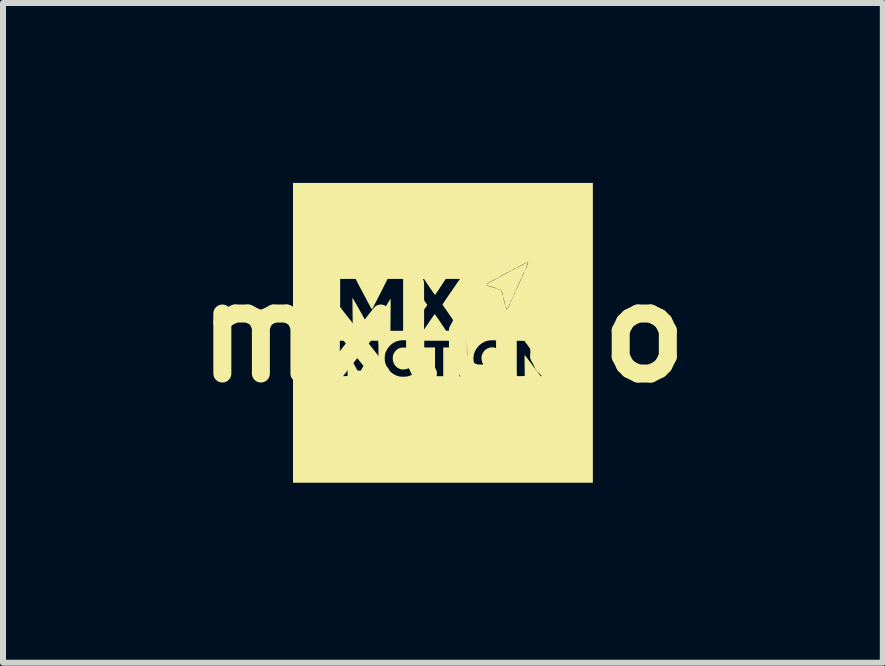
<source format=kicad_pcb>
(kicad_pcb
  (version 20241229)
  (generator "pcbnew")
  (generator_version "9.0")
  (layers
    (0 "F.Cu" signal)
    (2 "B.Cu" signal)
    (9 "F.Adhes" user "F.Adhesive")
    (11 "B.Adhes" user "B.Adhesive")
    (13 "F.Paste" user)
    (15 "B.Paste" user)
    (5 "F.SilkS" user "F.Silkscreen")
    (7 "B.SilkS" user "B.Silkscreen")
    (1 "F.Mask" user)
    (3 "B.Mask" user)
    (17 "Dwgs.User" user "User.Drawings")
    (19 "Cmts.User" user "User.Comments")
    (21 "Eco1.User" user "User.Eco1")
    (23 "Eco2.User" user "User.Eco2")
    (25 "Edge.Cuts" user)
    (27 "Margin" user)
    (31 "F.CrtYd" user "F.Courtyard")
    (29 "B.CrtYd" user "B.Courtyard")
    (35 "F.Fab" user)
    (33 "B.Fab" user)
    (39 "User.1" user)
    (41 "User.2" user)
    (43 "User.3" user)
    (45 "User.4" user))
  (footprint "mxlogo"
    (layer "F.Cu")
    (at 4.336 2.5)
    (property "Reference" "mxlogo" (at 0 0 0) (layer "F.SilkS") (effects (font (size 1.5 1.5) (thickness 0.3))))
    (attr board_only exclude_from_pos_files exclude_from_bom)
    (fp_poly (pts (xy 0.851 0.244) (xy 0.891 0.256) (xy 0.926 0.275) (xy 0.955 0.301) (xy 0.977 0.333) (xy 0.992 0.37) (xy 0.999 0.411) (xy 0.998 0.454) (xy 0.997 0.458) (xy 0.986 0.5) (xy 0.968 0.536) (xy 0.944 0.566) (xy 0.912 0.588) (xy 0.901 0.594) (xy 0.872 0.605) (xy 0.844 0.611) (xy 0.813 0.611) (xy 0.803 0.61) (xy 0.762 0.602) (xy 0.727 0.585) (xy 0.697 0.561) (xy 0.673 0.53) (xy 0.655 0.492) (xy 0.645 0.448) (xy 0.645 0.448) (xy 0.643 0.408) (xy 0.65 0.37) (xy 0.665 0.335) (xy 0.686 0.304) (xy 0.713 0.279) (xy 0.744 0.259) (xy 0.779 0.246) (xy 0.817 0.241)) (stroke (width 0) (type solid)) (fill yes) (layer "F.SilkS"))
    (fp_poly (pts (xy -0.625 0.246) (xy -0.609 0.249) (xy -0.595 0.254) (xy -0.563 0.27) (xy -0.534 0.295) (xy -0.509 0.325) (xy -0.497 0.346) (xy -0.49 0.361) (xy -0.485 0.374) (xy -0.482 0.387) (xy -0.481 0.403) (xy -0.481 0.426) (xy -0.481 0.43) (xy -0.481 0.454) (xy -0.482 0.472) (xy -0.485 0.485) (xy -0.489 0.498) (xy -0.494 0.508) (xy -0.516 0.544) (xy -0.544 0.573) (xy -0.578 0.594) (xy -0.617 0.606) (xy -0.646 0.61) (xy -0.671 0.611) (xy -0.692 0.61) (xy -0.711 0.605) (xy -0.712 0.604) (xy -0.75 0.588) (xy -0.781 0.564) (xy -0.806 0.533) (xy -0.824 0.497) (xy -0.835 0.457) (xy -0.837 0.425) (xy -0.834 0.386) (xy -0.825 0.353) (xy -0.808 0.323) (xy -0.791 0.301) (xy -0.764 0.276) (xy -0.737 0.26) (xy -0.705 0.25) (xy -0.667 0.245) (xy -0.667 0.245) (xy -0.643 0.245)) (stroke (width 0) (type solid)) (fill yes) (layer "F.SilkS"))
    (fp_poly (pts (xy 2.5 0) (xy 2.5 2.5) (xy 0 2.5) (xy -2.5 2.5) (xy -2.5 0.427) (xy -1.719 0.427) (xy -1.719 0.723) (xy -1.654 0.722) (xy -1.59 0.72) (xy -1.591 0.523) (xy -1.592 0.325) (xy -1.508 0.477) (xy -1.424 0.63) (xy -1.396 0.63) (xy -1.369 0.63) (xy -1.287 0.486) (xy -1.204 0.341) (xy -1.201 0.531) (xy -1.199 0.72) (xy -1.138 0.72) (xy -1.077 0.72) (xy -1.075 0.471) (xy -1.075 0.421) (xy -1.075 0.416) (xy -0.971 0.416) (xy -0.97 0.451) (xy -0.966 0.485) (xy -0.959 0.513) (xy -0.94 0.563) (xy -0.912 0.608) (xy -0.877 0.647) (xy -0.836 0.68) (xy -0.79 0.706) (xy -0.74 0.724) (xy -0.733 0.726) (xy -0.705 0.73) (xy -0.672 0.732) (xy -0.638 0.731) (xy -0.606 0.729) (xy -0.587 0.726) (xy -0.568 0.72) (xy -0.544 0.712) (xy -0.52 0.701) (xy -0.513 0.698) (xy -0.469 0.671) (xy -0.43 0.637) (xy -0.398 0.598) (xy -0.373 0.554) (xy -0.355 0.507) (xy -0.345 0.458) (xy -0.344 0.408) (xy -0.349 0.374) (xy -0.364 0.323) (xy -0.387 0.275) (xy -0.417 0.233) (xy -0.453 0.196) (xy -0.464 0.188) (xy -0.313 0.188) (xy -0.313 0.244) (xy -0.222 0.244) (xy -0.132 0.244) (xy -0.132 0.483) (xy -0.132 0.723) (xy -0.063 0.723) (xy 0.005 0.723) (xy 0.005 0.483) (xy 0.005 0.244) (xy 0.088 0.244) (xy 0.171 0.244) (xy 0.171 0.188) (xy 0.171 0.132) (xy 0.267 0.132) (xy 0.27 0.147) (xy 0.271 0.155) (xy 0.272 0.171) (xy 0.272 0.196) (xy 0.272 0.227) (xy 0.273 0.264) (xy 0.273 0.307) (xy 0.273 0.354) (xy 0.273 0.404) (xy 0.273 0.443) (xy 0.273 0.723) (xy 0.339 0.723) (xy 0.405 0.723) (xy 0.405 0.531) (xy 0.405 0.483) (xy 0.405 0.434) (xy 0.405 0.41) (xy 0.509 0.41) (xy 0.51 0.46) (xy 0.52 0.51) (xy 0.539 0.558) (xy 0.567 0.604) (xy 0.572 0.611) (xy 0.61 0.652) (xy 0.652 0.684) (xy 0.7 0.709) (xy 0.751 0.725) (xy 0.804 0.732) (xy 0.859 0.73) (xy 0.891 0.725) (xy 0.943 0.71) (xy 0.99 0.686) (xy 1.032 0.656) (xy 1.068 0.619) (xy 1.097 0.577) (xy 1.119 0.531) (xy 1.133 0.481) (xy 1.138 0.429) (xy 1.138 0.427) (xy 1.138 0.424) (xy 1.231 0.424) (xy 1.231 0.476) (xy 1.231 0.526) (xy 1.231 0.572) (xy 1.231 0.613) (xy 1.232 0.649) (xy 1.232 0.678) (xy 1.233 0.7) (xy 1.233 0.715) (xy 1.234 0.72) (xy 1.24 0.721) (xy 1.254 0.722) (xy 1.273 0.722) (xy 1.297 0.722) (xy 1.301 0.722) (xy 1.364 0.72) (xy 1.363 0.588) (xy 1.362 0.551) (xy 1.362 0.514) (xy 1.361 0.479) (xy 1.361 0.449) (xy 1.361 0.425) (xy 1.361 0.412) (xy 1.361 0.389) (xy 1.362 0.375) (xy 1.364 0.371) (xy 1.365 0.371) (xy 1.369 0.376) (xy 1.378 0.388) (xy 1.392 0.406) (xy 1.409 0.429) (xy 1.43 0.457) (xy 1.454 0.488) (xy 1.48 0.523) (xy 1.499 0.549) (xy 1.629 0.722) (xy 1.691 0.723) (xy 1.753 0.723) (xy 1.753 0.482) (xy 1.753 0.432) (xy 1.753 0.384) (xy 1.753 0.338) (xy 1.752 0.295) (xy 1.752 0.257) (xy 1.751 0.226) (xy 1.751 0.202) (xy 1.75 0.187) (xy 1.747 0.132) (xy 1.685 0.132) (xy 1.622 0.132) (xy 1.624 0.241) (xy 1.625 0.278) (xy 1.626 0.319) (xy 1.627 0.359) (xy 1.628 0.396) (xy 1.628 0.426) (xy 1.628 0.426) (xy 1.629 0.452) (xy 1.629 0.474) (xy 1.629 0.491) (xy 1.628 0.5) (xy 1.628 0.501) (xy 1.624 0.497) (xy 1.616 0.485) (xy 1.603 0.468) (xy 1.586 0.444) (xy 1.565 0.416) (xy 1.542 0.385) (xy 1.516 0.349) (xy 1.492 0.317) (xy 1.359 0.134) (xy 1.295 0.133) (xy 1.231 0.132) (xy 1.231 0.424) (xy 1.138 0.424) (xy 1.137 0.391) (xy 1.132 0.36) (xy 1.123 0.33) (xy 1.109 0.297) (xy 1.106 0.291) (xy 1.082 0.249) (xy 1.055 0.214) (xy 1.024 0.186) (xy 1.01 0.177) (xy 0.961 0.15) (xy 0.912 0.133) (xy 0.859 0.124) (xy 0.802 0.124) (xy 0.802 0.124) (xy 0.747 0.131) (xy 0.697 0.147) (xy 0.651 0.172) (xy 0.609 0.205) (xy 0.589 0.225) (xy 0.556 0.267) (xy 0.532 0.312) (xy 0.516 0.36) (xy 0.509 0.41) (xy 0.405 0.41) (xy 0.405 0.385) (xy 0.404 0.338) (xy 0.403 0.296) (xy 0.403 0.259) (xy 0.402 0.235) (xy 0.399 0.132) (xy 0.333 0.132) (xy 0.267 0.132) (xy 0.171 0.132) (xy -0.071 0.132) (xy -0.313 0.132) (xy -0.313 0.188) (xy -0.464 0.188) (xy -0.494 0.166) (xy -0.513 0.156) (xy -0.567 0.136) (xy -0.622 0.124) (xy -0.679 0.123) (xy -0.732 0.13) (xy -0.781 0.145) (xy -0.828 0.168) (xy -0.869 0.199) (xy -0.905 0.237) (xy -0.934 0.28) (xy -0.957 0.329) (xy -0.965 0.357) (xy -0.969 0.384) (xy -0.971 0.416) (xy -1.075 0.416) (xy -1.075 0.373) (xy -1.075 0.327) (xy -1.075 0.285) (xy -1.076 0.248) (xy -1.076 0.217) (xy -1.076 0.193) (xy -1.077 0.178) (xy -1.077 0.177) (xy -1.08 0.132) (xy -1.158 0.132) (xy -1.236 0.132) (xy -1.315 0.291) (xy -1.333 0.327) (xy -1.35 0.36) (xy -1.365 0.39) (xy -1.378 0.414) (xy -1.388 0.433) (xy -1.394 0.445) (xy -1.397 0.449) (xy -1.399 0.445) (xy -1.406 0.433) (xy -1.416 0.414) (xy -1.429 0.39) (xy -1.444 0.36) (xy -1.461 0.327) (xy -1.479 0.291) (xy -1.479 0.29) (xy -1.559 0.132) (xy -1.639 0.132) (xy -1.719 0.132) (xy -1.719 0.427) (xy -2.5 0.427) (xy -2.5 0) (xy -2.5 -0.466) (xy -1.714 -0.466) (xy -1.714 -0.034) (xy -1.606 -0.034) (xy -1.57 -0.034) (xy -1.543 -0.035) (xy -1.524 -0.035) (xy -1.511 -0.036) (xy -1.504 -0.038) (xy -1.501 -0.039) (xy -1.501 -0.041) (xy -1.501 -0.047) (xy -1.502 -0.061) (xy -1.503 -0.083) (xy -1.503 -0.112) (xy -1.504 -0.145) (xy -1.505 -0.183) (xy -1.505 -0.225) (xy -1.506 -0.268) (xy -1.507 -0.312) (xy -1.507 -0.357) (xy -1.508 -0.4) (xy -1.508 -0.441) (xy -1.508 -0.479) (xy -1.509 -0.513) (xy -1.509 -0.542) (xy -1.509 -0.564) (xy -1.508 -0.579) (xy -1.508 -0.586) (xy -1.508 -0.586) (xy -1.505 -0.581) (xy -1.498 -0.569) (xy -1.487 -0.55) (xy -1.473 -0.526) (xy -1.457 -0.497) (xy -1.438 -0.465) (xy -1.419 -0.43) (xy -1.398 -0.394) (xy -1.378 -0.357) (xy -1.357 -0.321) (xy -1.338 -0.286) (xy -1.32 -0.254) (xy -1.304 -0.225) (xy -1.299 -0.216) (xy -1.258 -0.142) (xy -1.192 -0.142) (xy -1.126 -0.142) (xy -1.091 -0.202) (xy -1.068 -0.242) (xy -1.043 -0.284) (xy -1.019 -0.326) (xy -0.995 -0.367) (xy -0.972 -0.407) (xy -0.95 -0.444) (xy -0.93 -0.478) (xy -0.912 -0.508) (xy -0.897 -0.533) (xy -0.886 -0.552) (xy -0.879 -0.564) (xy -0.876 -0.568) (xy -0.875 -0.569) (xy -0.874 -0.566) (xy -0.873 -0.559) (xy -0.872 -0.546) (xy -0.872 -0.529) (xy -0.871 -0.505) (xy -0.871 -0.474) (xy -0.872 -0.435) (xy -0.872 -0.389) (xy -0.873 -0.333) (xy -0.873 -0.306) (xy -0.876 -0.034) (xy -0.77 -0.034) (xy -0.664 -0.034) (xy -0.664 -0.466) (xy -0.664 -0.898) (xy -0.557 -0.898) (xy -0.554 -0.894) (xy -0.546 -0.882) (xy -0.534 -0.863) (xy -0.518 -0.839) (xy -0.498 -0.81) (xy -0.475 -0.777) (xy -0.45 -0.74) (xy -0.422 -0.7) (xy -0.408 -0.679) (xy -0.26 -0.464) (xy -0.285 -0.429) (xy -0.296 -0.414) (xy -0.311 -0.392) (xy -0.329 -0.367) (xy -0.348 -0.339) (xy -0.368 -0.31) (xy -0.371 -0.305) (xy -0.394 -0.272) (xy -0.421 -0.234) (xy -0.448 -0.194) (xy -0.474 -0.157) (xy -0.494 -0.128) (xy -0.512 -0.103) (xy -0.528 -0.079) (xy -0.542 -0.06) (xy -0.551 -0.046) (xy -0.556 -0.038) (xy -0.557 -0.037) (xy -0.552 -0.036) (xy -0.539 -0.035) (xy -0.519 -0.035) (xy -0.493 -0.034) (xy -0.463 -0.034) (xy -0.443 -0.034) (xy -0.329 -0.034) (xy -0.235 -0.173) (xy -0.213 -0.206) (xy -0.192 -0.236) (xy -0.174 -0.262) (xy -0.159 -0.284) (xy -0.147 -0.3) (xy -0.14 -0.31) (xy -0.137 -0.312) (xy -0.134 -0.309) (xy -0.126 -0.298) (xy -0.114 -0.281) (xy -0.099 -0.26) (xy -0.081 -0.235) (xy -0.063 -0.208) (xy -0.044 -0.18) (xy -0.025 -0.151) (xy -0.007 -0.124) (xy 0.01 -0.1) (xy 0.018 -0.087) (xy 0.051 -0.035) (xy 0.17 -0.034) (xy 0.208 -0.034) (xy 0.237 -0.035) (xy 0.258 -0.035) (xy 0.273 -0.036) (xy 0.282 -0.037) (xy 0.286 -0.039) (xy 0.287 -0.041) (xy 0.287 -0.041) (xy 0.283 -0.046) (xy 0.275 -0.059) (xy 0.263 -0.077) (xy 0.247 -0.101) (xy 0.228 -0.129) (xy 0.206 -0.16) (xy 0.183 -0.194) (xy 0.159 -0.229) (xy 0.135 -0.264) (xy 0.111 -0.299) (xy 0.088 -0.333) (xy 0.066 -0.364) (xy 0.047 -0.392) (xy 0.03 -0.415) (xy 0.017 -0.434) (xy 0.012 -0.441) (xy 1.043 -0.441) (xy 1.043 -0.44) (xy 1.048 -0.419) (xy 1.055 -0.403) (xy 1.062 -0.393) (xy 1.067 -0.391) (xy 1.073 -0.395) (xy 1.082 -0.409) (xy 1.094 -0.432) (xy 1.099 -0.443) (xy 1.109 -0.463) (xy 1.116 -0.48) (xy 1.121 -0.492) (xy 1.122 -0.496) (xy 1.119 -0.493) (xy 1.113 -0.482) (xy 1.105 -0.466) (xy 1.097 -0.447) (xy 1.087 -0.427) (xy 1.078 -0.41) (xy 1.071 -0.399) (xy 1.067 -0.396) (xy 1.062 -0.4) (xy 1.056 -0.411) (xy 1.051 -0.426) (xy 1.046 -0.439) (xy 1.044 -0.444) (xy 1.043 -0.441) (xy 0.012 -0.441) (xy 0.009 -0.446) (xy 0.007 -0.449) (xy -0.002 -0.461) (xy -0.006 -0.472) (xy -0.006 -0.476) (xy -0.002 -0.482) (xy 0.007 -0.496) (xy 0.021 -0.516) (xy 0.038 -0.541) (xy 0.057 -0.57) (xy 0.079 -0.602) (xy 0.08 -0.603) (xy 1.002 -0.603) (xy 1.003 -0.598) (xy 1.005 -0.585) (xy 1.01 -0.566) (xy 1.015 -0.543) (xy 1.018 -0.533) (xy 1.024 -0.508) (xy 1.029 -0.487) (xy 1.033 -0.471) (xy 1.035 -0.462) (xy 1.035 -0.461) (xy 1.038 -0.46) (xy 1.038 -0.46) (xy 1.038 -0.465) (xy 1.035 -0.479) (xy 1.031 -0.498) (xy 1.029 -0.505) (xy 1.124 -0.505) (xy 1.126 -0.506) (xy 1.131 -0.514) (xy 1.135 -0.523) (xy 1.142 -0.536) (xy 1.146 -0.546) (xy 1.147 -0.549) (xy 1.145 -0.548) (xy 1.14 -0.541) (xy 1.135 -0.532) (xy 1.129 -0.519) (xy 1.124 -0.509) (xy 1.124 -0.505) (xy 1.029 -0.505) (xy 1.026 -0.521) (xy 1.022 -0.534) (xy 1.016 -0.559) (xy 1.016 -0.559) (xy 1.148 -0.559) (xy 1.15 -0.559) (xy 1.155 -0.566) (xy 1.155 -0.567) (xy 1.16 -0.577) (xy 1.162 -0.584) (xy 1.16 -0.584) (xy 1.155 -0.577) (xy 1.155 -0.576) (xy 1.15 -0.566) (xy 1.148 -0.559) (xy 1.016 -0.559) (xy 1.01 -0.579) (xy 1.006 -0.593) (xy 1.162 -0.593) (xy 1.165 -0.591) (xy 1.167 -0.593) (xy 1.165 -0.596) (xy 1.162 -0.593) (xy 1.006 -0.593) (xy 1.006 -0.594) (xy 1.003 -0.603) (xy 1.002 -0.603) (xy 0.08 -0.603) (xy 0.081 -0.605) (xy 1.167 -0.605) (xy 1.169 -0.601) (xy 1.172 -0.605) (xy 1.174 -0.608) (xy 1.174 -0.613) (xy 1.172 -0.613) (xy 1.167 -0.607) (xy 1.167 -0.605) (xy 0.081 -0.605) (xy 0.103 -0.637) (xy 0.127 -0.672) (xy 0.152 -0.708) (xy 0.167 -0.731) (xy 0.924 -0.731) (xy 0.927 -0.728) (xy 0.937 -0.724) (xy 0.947 -0.721) (xy 0.971 -0.713) (xy 0.984 -0.661) (xy 0.99 -0.64) (xy 0.995 -0.625) (xy 0.998 -0.615) (xy 1 -0.613) (xy 0.999 -0.62) (xy 0.999 -0.621) (xy 1.177 -0.621) (xy 1.179 -0.624) (xy 1.184 -0.633) (xy 1.192 -0.648) (xy 1.194 -0.654) (xy 1.202 -0.671) (xy 1.207 -0.684) (xy 1.21 -0.691) (xy 1.209 -0.692) (xy 1.207 -0.689) (xy 1.202 -0.679) (xy 1.195 -0.665) (xy 1.188 -0.65) (xy 1.182 -0.636) (xy 1.178 -0.626) (xy 1.177 -0.621) (xy 0.999 -0.621) (xy 0.996 -0.633) (xy 0.992 -0.652) (xy 0.988 -0.667) (xy 0.979 -0.699) (xy 1.212 -0.699) (xy 1.216 -0.701) (xy 1.217 -0.702) (xy 1.22 -0.708) (xy 1.22 -0.711) (xy 1.216 -0.709) (xy 1.214 -0.705) (xy 1.212 -0.699) (xy 0.979 -0.699) (xy 0.974 -0.715) (xy 0.963 -0.719) (xy 1.221 -0.719) (xy 1.221 -0.718) (xy 1.223 -0.719) (xy 1.226 -0.725) (xy 1.231 -0.735) (xy 1.239 -0.752) (xy 1.25 -0.775) (xy 1.264 -0.807) (xy 1.267 -0.813) (xy 1.284 -0.85) (xy 1.297 -0.878) (xy 1.306 -0.899) (xy 1.313 -0.914) (xy 1.316 -0.923) (xy 1.317 -0.927) (xy 1.316 -0.927) (xy 1.316 -0.927) (xy 1.313 -0.922) (xy 1.307 -0.909) (xy 1.298 -0.891) (xy 1.288 -0.868) (xy 1.276 -0.843) (xy 1.264 -0.817) (xy 1.252 -0.791) (xy 1.241 -0.766) (xy 1.232 -0.746) (xy 1.225 -0.73) (xy 1.221 -0.721) (xy 1.221 -0.719) (xy 0.963 -0.719) (xy 0.95 -0.724) (xy 0.937 -0.729) (xy 0.927 -0.731) (xy 0.924 -0.731) (xy 0.167 -0.731) (xy 0.175 -0.743) (xy 0.198 -0.776) (xy 0.213 -0.797) (xy 0.72 -0.797) (xy 0.721 -0.796) (xy 0.727 -0.793) (xy 0.74 -0.788) (xy 0.76 -0.781) (xy 0.783 -0.774) (xy 0.809 -0.765) (xy 0.835 -0.756) (xy 0.86 -0.749) (xy 0.882 -0.742) (xy 0.9 -0.737) (xy 0.911 -0.734) (xy 0.913 -0.733) (xy 0.912 -0.735) (xy 0.903 -0.739) (xy 0.888 -0.744) (xy 0.872 -0.75) (xy 0.829 -0.764) (xy 0.795 -0.775) (xy 0.769 -0.783) (xy 0.749 -0.79) (xy 0.735 -0.794) (xy 0.726 -0.796) (xy 0.722 -0.797) (xy 0.72 -0.797) (xy 0.213 -0.797) (xy 0.218 -0.805) (xy 0.715 -0.805) (xy 0.728 -0.812) (xy 0.736 -0.816) (xy 0.75 -0.824) (xy 0.771 -0.836) (xy 0.796 -0.849) (xy 0.823 -0.864) (xy 0.831 -0.869) (xy 0.858 -0.884) (xy 0.882 -0.897) (xy 0.902 -0.908) (xy 0.916 -0.916) (xy 0.922 -0.921) (xy 0.923 -0.921) (xy 0.919 -0.92) (xy 0.908 -0.915) (xy 0.891 -0.906) (xy 0.87 -0.895) (xy 0.847 -0.883) (xy 0.822 -0.869) (xy 0.797 -0.855) (xy 0.774 -0.842) (xy 0.754 -0.831) (xy 0.738 -0.821) (xy 0.728 -0.815) (xy 0.727 -0.814) (xy 0.715 -0.805) (xy 0.218 -0.805) (xy 0.219 -0.806) (xy 0.237 -0.832) (xy 0.253 -0.854) (xy 0.257 -0.861) (xy 0.284 -0.899) (xy 0.165 -0.899) (xy 0.046 -0.899) (xy -0.017 -0.802) (xy -0.047 -0.756) (xy -0.072 -0.718) (xy -0.093 -0.688) (xy -0.109 -0.665) (xy -0.121 -0.648) (xy -0.128 -0.638) (xy -0.133 -0.633) (xy -0.133 -0.633) (xy -0.137 -0.637) (xy -0.145 -0.648) (xy -0.157 -0.665) (xy -0.173 -0.687) (xy -0.191 -0.714) (xy -0.212 -0.744) (xy -0.226 -0.765) (xy -0.315 -0.898) (xy -0.436 -0.9) (xy -0.469 -0.9) (xy -0.499 -0.901) (xy -0.524 -0.9) (xy -0.542 -0.9) (xy -0.554 -0.899) (xy -0.557 -0.898) (xy -0.664 -0.898) (xy -0.664 -0.899) (xy -0.794 -0.899) (xy -0.923 -0.899) (xy -0.97 -0.805) (xy -0.986 -0.774) (xy -1.003 -0.739) (xy -1.022 -0.702) (xy -1.042 -0.663) (xy -1.062 -0.623) (xy -1.083 -0.583) (xy -1.102 -0.545) (xy -1.121 -0.509) (xy -1.138 -0.476) (xy -1.153 -0.447) (xy -1.165 -0.424) (xy -1.175 -0.407) (xy -1.18 -0.396) (xy -1.182 -0.394) (xy -1.186 -0.396) (xy -1.193 -0.405) (xy -1.201 -0.418) (xy -1.203 -0.421) (xy -1.215 -0.444) (xy -1.232 -0.475) (xy -1.251 -0.511) (xy -1.273 -0.551) (xy -1.296 -0.594) (xy -1.319 -0.638) (xy -1.342 -0.681) (xy -1.363 -0.721) (xy -1.383 -0.758) (xy -1.4 -0.79) (xy -1.413 -0.815) (xy -1.414 -0.817) (xy -1.456 -0.899) (xy -1.585 -0.899) (xy -1.714 -0.899) (xy -1.714 -0.466) (xy -2.5 -0.466) (xy -2.5 -0.925) (xy 0.928 -0.925) (xy 0.932 -0.926) (xy 0.943 -0.931) (xy 0.947 -0.933) (xy 1.319 -0.933) (xy 1.321 -0.934) (xy 1.326 -0.943) (xy 1.334 -0.961) (xy 1.346 -0.987) (xy 1.353 -1.004) (xy 1.357 -1.017) (xy 1.359 -1.023) (xy 1.359 -1.023) (xy 1.355 -1.017) (xy 1.349 -1.005) (xy 1.341 -0.988) (xy 1.333 -0.97) (xy 1.326 -0.954) (xy 1.321 -0.941) (xy 1.319 -0.934) (xy 1.319 -0.933) (xy 0.947 -0.933) (xy 0.958 -0.939) (xy 0.971 -0.945) (xy 0.995 -0.958) (xy 1.023 -0.974) (xy 1.05 -0.988) (xy 1.059 -0.992) (xy 1.077 -1.003) (xy 1.092 -1.011) (xy 1.101 -1.017) (xy 1.104 -1.019) (xy 1.103 -1.019) (xy 1.099 -1.018) (xy 1.092 -1.015) (xy 1.08 -1.009) (xy 1.063 -1) (xy 1.04 -0.987) (xy 1.009 -0.971) (xy 1 -0.966) (xy 0.976 -0.953) (xy 0.956 -0.942) (xy 0.94 -0.933) (xy 0.93 -0.927) (xy 0.928 -0.925) (xy -2.5 -0.925) (xy -2.5 -1.02) (xy 1.109 -1.02) (xy 1.115 -1.022) (xy 1.125 -1.026) (xy 1.128 -1.028) (xy 1.138 -1.034) (xy 1.14 -1.035) (xy 1.363 -1.035) (xy 1.364 -1.031) (xy 1.368 -1.034) (xy 1.369 -1.038) (xy 1.37 -1.043) (xy 1.367 -1.043) (xy 1.363 -1.036) (xy 1.363 -1.035) (xy 1.14 -1.035) (xy 1.143 -1.038) (xy 1.143 -1.038) (xy 1.139 -1.037) (xy 1.13 -1.034) (xy 1.12 -1.029) (xy 1.111 -1.024) (xy 1.109 -1.023) (xy 1.109 -1.02) (xy -2.5 -1.02) (xy -2.5 -1.043) (xy 1.148 -1.043) (xy 1.152 -1.044) (xy 1.162 -1.048) (xy 1.178 -1.055) (xy 1.186 -1.059) (xy 1.372 -1.059) (xy 1.374 -1.055) (xy 1.377 -1.059) (xy 1.379 -1.062) (xy 1.379 -1.067) (xy 1.377 -1.067) (xy 1.372 -1.061) (xy 1.372 -1.059) (xy 1.186 -1.059) (xy 1.187 -1.06) (xy 1.204 -1.069) (xy 1.214 -1.074) (xy 1.382 -1.074) (xy 1.384 -1.075) (xy 1.387 -1.08) (xy 1.393 -1.092) (xy 1.4 -1.109) (xy 1.404 -1.118) (xy 1.414 -1.142) (xy 1.419 -1.16) (xy 1.421 -1.171) (xy 1.418 -1.178) (xy 1.416 -1.18) (xy 1.413 -1.178) (xy 1.414 -1.171) (xy 1.413 -1.158) (xy 1.407 -1.138) (xy 1.399 -1.12) (xy 1.389 -1.096) (xy 1.384 -1.081) (xy 1.382 -1.074) (xy 1.214 -1.074) (xy 1.217 -1.076) (xy 1.225 -1.081) (xy 1.226 -1.082) (xy 1.222 -1.081) (xy 1.211 -1.076) (xy 1.195 -1.069) (xy 1.187 -1.065) (xy 1.169 -1.056) (xy 1.156 -1.048) (xy 1.149 -1.044) (xy 1.148 -1.043) (xy -2.5 -1.043) (xy -2.5 -1.086) (xy 1.231 -1.086) (xy 1.231 -1.085) (xy 1.231 -1.084) (xy 1.234 -1.085) (xy 1.239 -1.088) (xy 1.249 -1.092) (xy 1.263 -1.1) (xy 1.284 -1.111) (xy 1.312 -1.125) (xy 1.322 -1.131) (xy 1.348 -1.144) (xy 1.37 -1.156) (xy 1.388 -1.166) (xy 1.4 -1.173) (xy 1.404 -1.176) (xy 1.404 -1.176) (xy 1.4 -1.174) (xy 1.388 -1.169) (xy 1.371 -1.161) (xy 1.35 -1.15) (xy 1.327 -1.138) (xy 1.303 -1.126) (xy 1.28 -1.114) (xy 1.26 -1.103) (xy 1.244 -1.094) (xy 1.234 -1.088) (xy 1.231 -1.086) (xy -2.5 -1.086) (xy -2.5 -2.5) (xy 0 -2.5) (xy 2.5 -2.5)) (stroke (width 0) (type solid)) (fill yes) (layer "F.SilkS")))
  (gr_rect
    (start -3 -3)
    (end 11.671 8.001)
    (stroke (width 0.1) (type default))
    (fill no)
    (layer "Edge.Cuts")))
</source>
